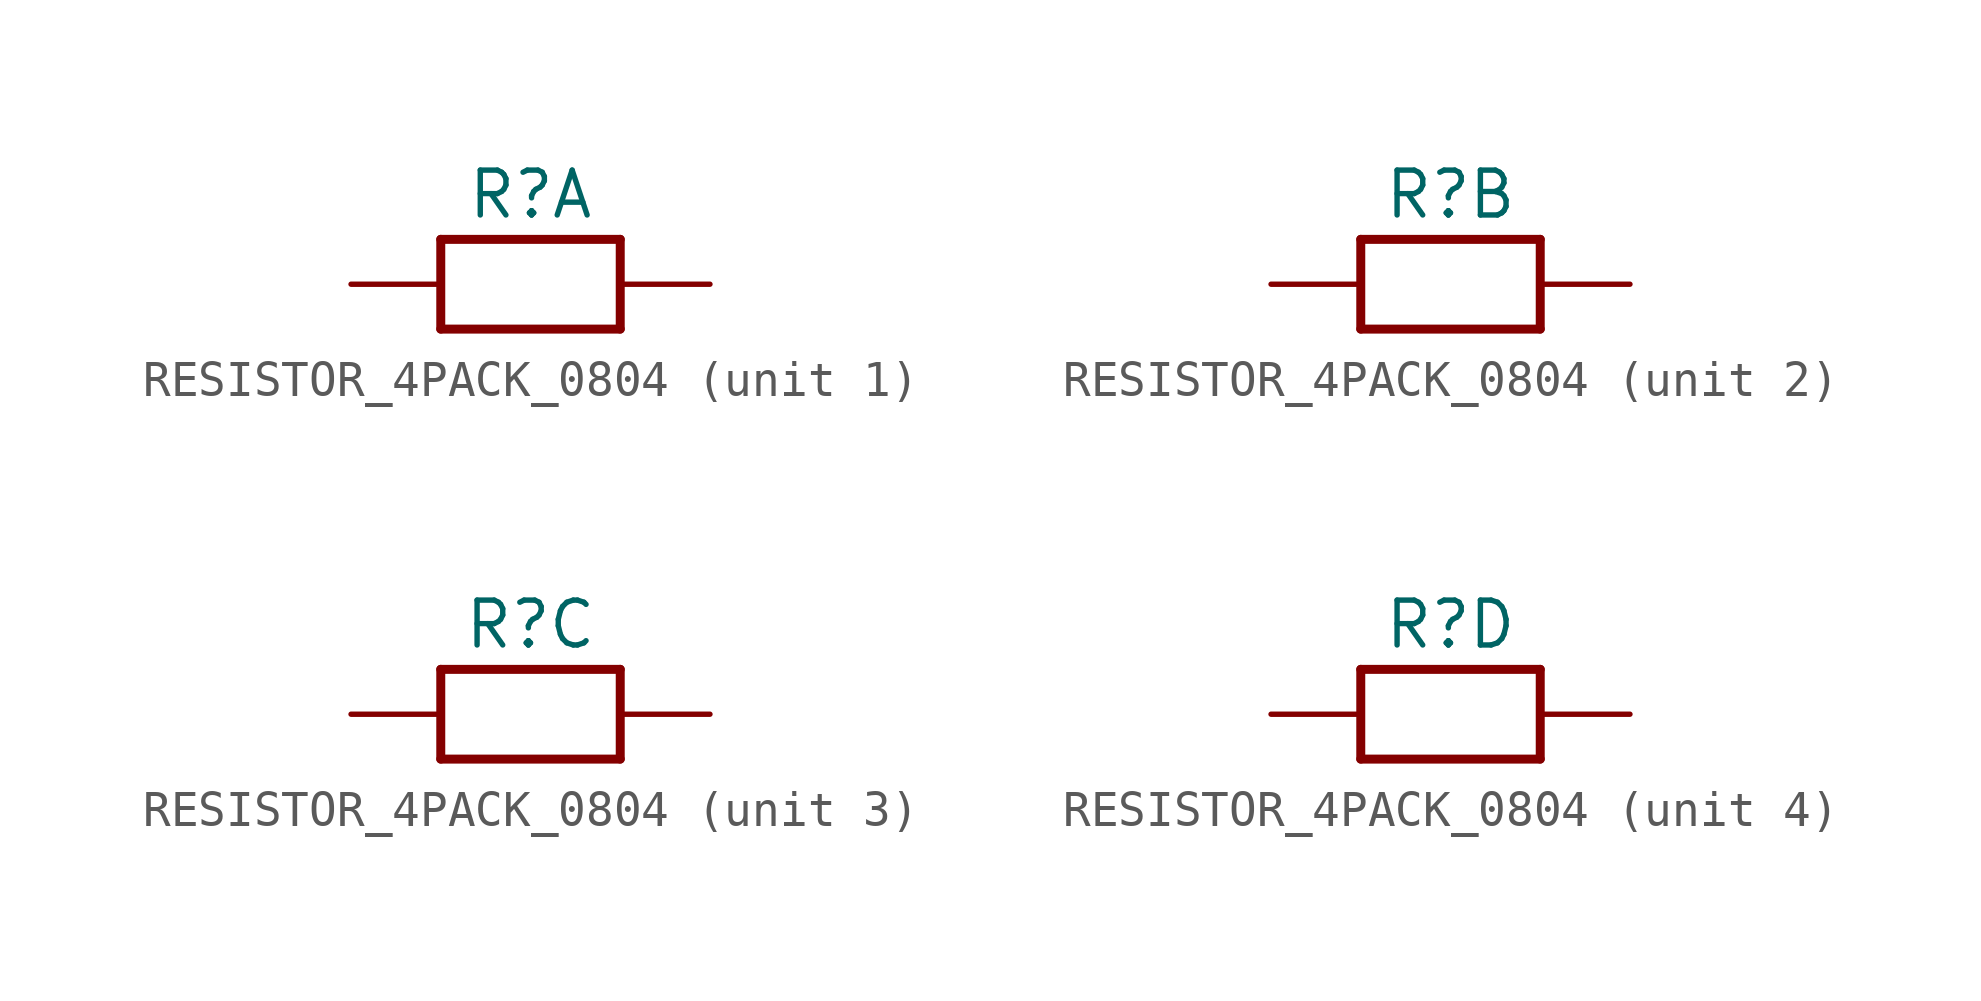
<source format=kicad_sym>
(kicad_symbol_lib
  (version 20241209)
  (generator "kicad_symbol_editor")
  (generator_version "9.0")
  (symbol "RESISTOR_4PACK_0804"
    (property "Reference" "R"
      (at 0 2.54 0)
      (effects (font (size 1.27 1.27))))
    (property "Value" ""
      (at 0 0 0)
      (effects (font (size 1.016 1.016) (thickness 0.203) (bold yes))))
    (property "ki_locked" ""
      (at 0 0 0)
      (effects (font (size 1.27 1.27))))
    (symbol "RESISTOR_4PACK_0804_1_0"
      (polyline (pts (xy -2.54 1.27) (xy 2.54 1.27)) (stroke (width 0.254) (type solid)) (fill (type none)))
      (polyline (pts (xy -2.54 -1.27) (xy -2.54 1.27)) (stroke (width 0.254) (type solid)) (fill (type none)))
      (polyline (pts (xy 2.54 1.27) (xy 2.54 -1.27)) (stroke (width 0.254) (type solid)) (fill (type none)))
      (polyline (pts (xy 2.54 -1.27) (xy -2.54 -1.27)) (stroke (width 0.254) (type solid)) (fill (type none)))
      (pin passive line (at -5.08 0 0) (length 2.54) (name "1" (effects (font (size 0 0)))) (number "1" (effects (font (size 0 0)))))
      (pin passive line (at 5.08 0 180) (length 2.54) (name "2" (effects (font (size 0 0)))) (number "8" (effects (font (size 0 0))))))
    (symbol "RESISTOR_4PACK_0804_2_0"
      (polyline (pts (xy -2.54 1.27) (xy 2.54 1.27)) (stroke (width 0.254) (type solid)) (fill (type none)))
      (polyline (pts (xy -2.54 -1.27) (xy -2.54 1.27)) (stroke (width 0.254) (type solid)) (fill (type none)))
      (polyline (pts (xy 2.54 1.27) (xy 2.54 -1.27)) (stroke (width 0.254) (type solid)) (fill (type none)))
      (polyline (pts (xy 2.54 -1.27) (xy -2.54 -1.27)) (stroke (width 0.254) (type solid)) (fill (type none)))
      (pin passive line (at -5.08 0 0) (length 2.54) (name "1" (effects (font (size 0 0)))) (number "2" (effects (font (size 0 0)))))
      (pin passive line (at 5.08 0 180) (length 2.54) (name "2" (effects (font (size 0 0)))) (number "7" (effects (font (size 0 0))))))
    (symbol "RESISTOR_4PACK_0804_3_0"
      (polyline (pts (xy -2.54 1.27) (xy 2.54 1.27)) (stroke (width 0.254) (type solid)) (fill (type none)))
      (polyline (pts (xy -2.54 -1.27) (xy -2.54 1.27)) (stroke (width 0.254) (type solid)) (fill (type none)))
      (polyline (pts (xy 2.54 1.27) (xy 2.54 -1.27)) (stroke (width 0.254) (type solid)) (fill (type none)))
      (polyline (pts (xy 2.54 -1.27) (xy -2.54 -1.27)) (stroke (width 0.254) (type solid)) (fill (type none)))
      (pin passive line (at -5.08 0 0) (length 2.54) (name "1" (effects (font (size 0 0)))) (number "3" (effects (font (size 0 0)))))
      (pin passive line (at 5.08 0 180) (length 2.54) (name "2" (effects (font (size 0 0)))) (number "6" (effects (font (size 0 0))))))
    (symbol "RESISTOR_4PACK_0804_4_0"
      (polyline (pts (xy -2.54 1.27) (xy 2.54 1.27)) (stroke (width 0.254) (type solid)) (fill (type none)))
      (polyline (pts (xy -2.54 -1.27) (xy -2.54 1.27)) (stroke (width 0.254) (type solid)) (fill (type none)))
      (polyline (pts (xy 2.54 1.27) (xy 2.54 -1.27)) (stroke (width 0.254) (type solid)) (fill (type none)))
      (polyline (pts (xy 2.54 -1.27) (xy -2.54 -1.27)) (stroke (width 0.254) (type solid)) (fill (type none)))
      (pin passive line (at -5.08 0 0) (length 2.54) (name "1" (effects (font (size 0 0)))) (number "4" (effects (font (size 0 0)))))
      (pin passive line (at 5.08 0 180) (length 2.54) (name "2" (effects (font (size 0 0)))) (number "5" (effects (font (size 0 0))))))))
</source>
